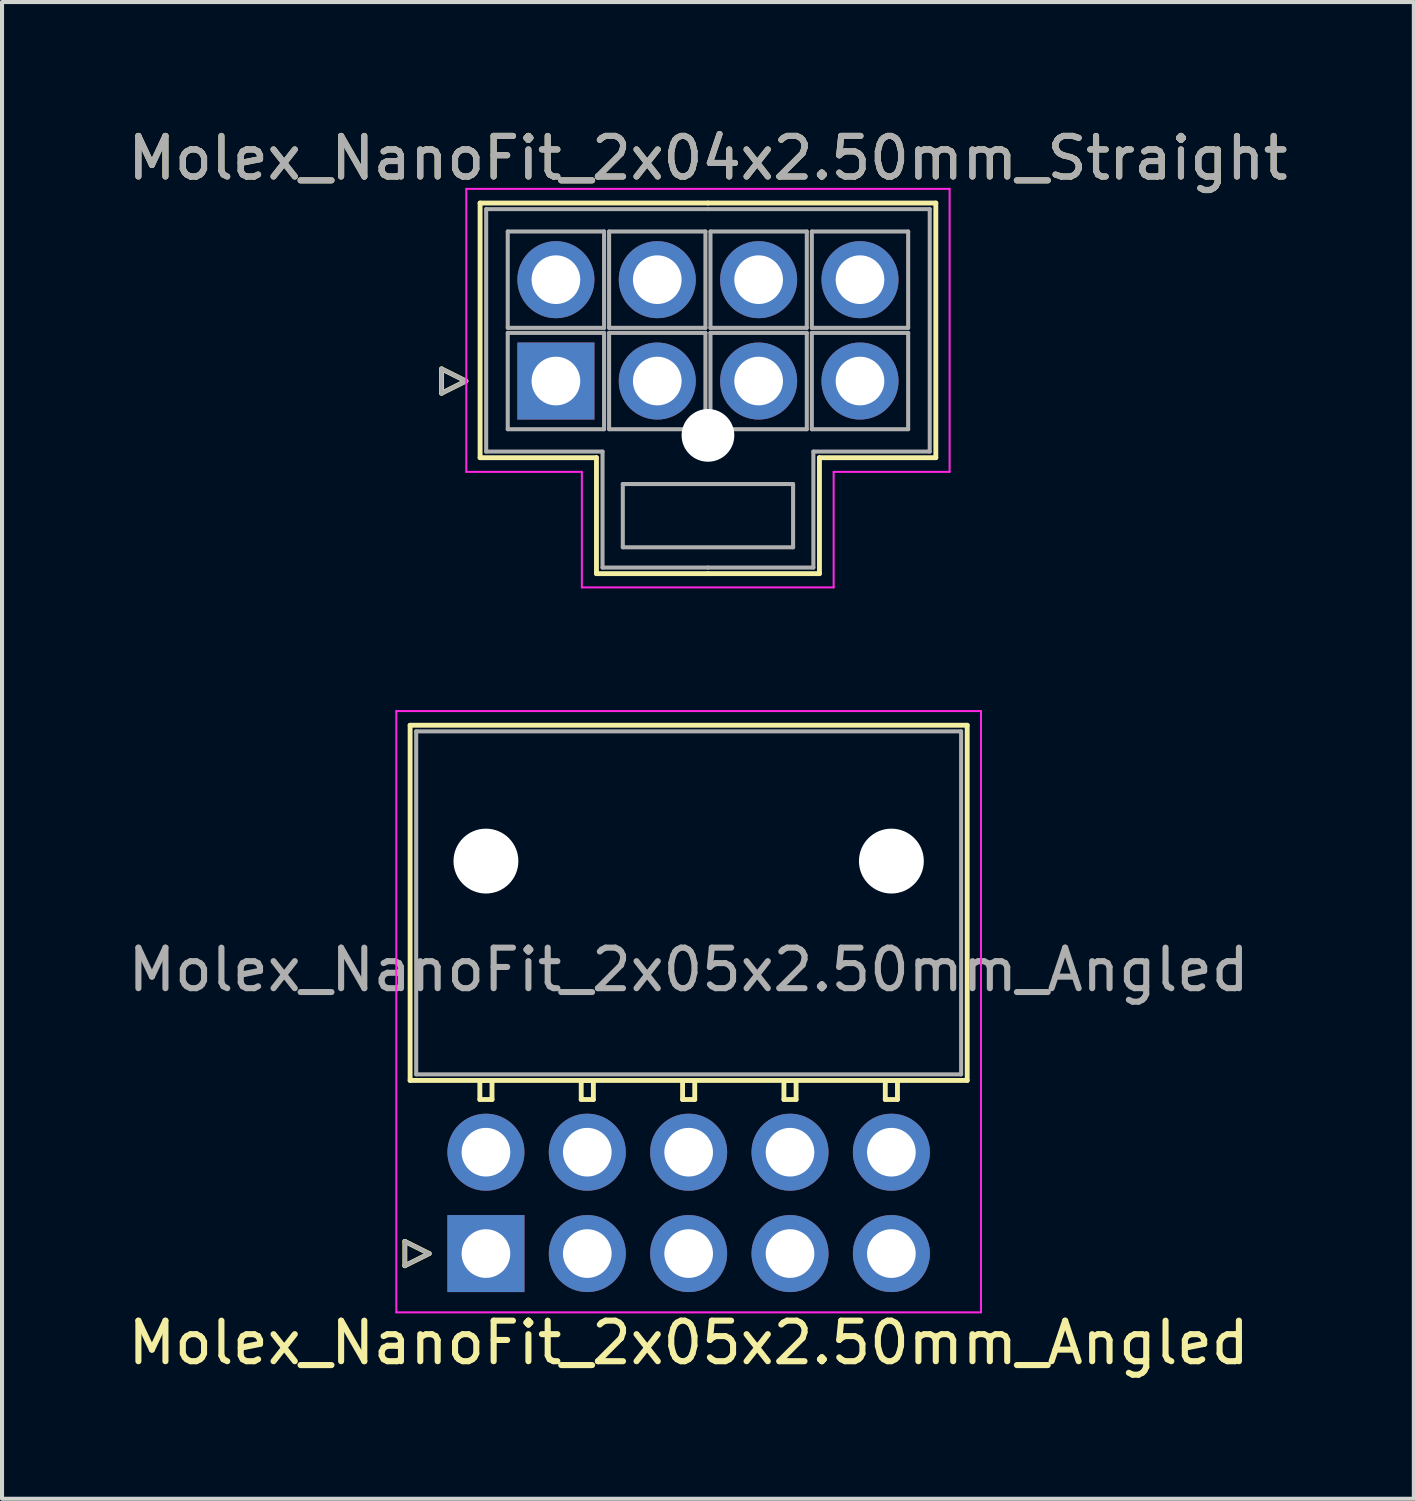
<source format=kicad_pcb>
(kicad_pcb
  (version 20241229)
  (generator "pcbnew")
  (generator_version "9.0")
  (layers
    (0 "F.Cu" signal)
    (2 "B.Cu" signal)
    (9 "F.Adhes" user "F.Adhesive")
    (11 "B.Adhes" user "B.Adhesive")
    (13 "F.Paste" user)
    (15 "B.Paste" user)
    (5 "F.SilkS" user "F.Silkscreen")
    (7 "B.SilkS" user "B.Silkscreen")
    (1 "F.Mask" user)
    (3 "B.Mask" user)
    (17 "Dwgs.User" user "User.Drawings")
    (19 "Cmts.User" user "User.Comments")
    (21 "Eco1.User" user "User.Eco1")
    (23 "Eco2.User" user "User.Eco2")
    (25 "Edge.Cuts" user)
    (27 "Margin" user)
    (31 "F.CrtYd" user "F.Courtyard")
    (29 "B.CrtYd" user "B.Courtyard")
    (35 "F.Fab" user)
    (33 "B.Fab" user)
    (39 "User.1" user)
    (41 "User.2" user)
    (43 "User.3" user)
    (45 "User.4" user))
  (footprint "Molex_NanoFit_2x05x2.50mm_Angled"
    (layer "F.Cu")
    (at 8.935 27.868)
    (property "Reference" "Molex_NanoFit_2x05x2.50mm_Angled" (at 5 2.2 0) (layer "F.SilkS") (effects (font (size 1 1) (thickness 0.15))))
    (attr through_hole)
    (fp_line (start -2 -0.3) (end -1.4 0) (stroke (width 0.12) (type solid)) (layer "F.SilkS"))
    (fp_line (start -2 0.3) (end -2 -0.3) (stroke (width 0.12) (type solid)) (layer "F.SilkS"))
    (fp_line (start -1.87 -13.03) (end -1.87 -4.27) (stroke (width 0.12) (type solid)) (layer "F.SilkS"))
    (fp_line (start -1.87 -4.27) (end 11.87 -4.27) (stroke (width 0.12) (type solid)) (layer "F.SilkS"))
    (fp_line (start -1.4 0) (end -2 0.3) (stroke (width 0.12) (type solid)) (layer "F.SilkS"))
    (fp_line (start -0.15 -4.27) (end -0.15 -3.8) (stroke (width 0.12) (type solid)) (layer "F.SilkS"))
    (fp_line (start -0.15 -3.8) (end 0.15 -3.8) (stroke (width 0.12) (type solid)) (layer "F.SilkS"))
    (fp_line (start 0.15 -4.27) (end -0.15 -4.27) (stroke (width 0.12) (type solid)) (layer "F.SilkS"))
    (fp_line (start 0.15 -3.8) (end 0.15 -4.27) (stroke (width 0.12) (type solid)) (layer "F.SilkS"))
    (fp_line (start 2.35 -4.27) (end 2.35 -3.8) (stroke (width 0.12) (type solid)) (layer "F.SilkS"))
    (fp_line (start 2.35 -3.8) (end 2.65 -3.8) (stroke (width 0.12) (type solid)) (layer "F.SilkS"))
    (fp_line (start 2.65 -4.27) (end 2.35 -4.27) (stroke (width 0.12) (type solid)) (layer "F.SilkS"))
    (fp_line (start 2.65 -3.8) (end 2.65 -4.27) (stroke (width 0.12) (type solid)) (layer "F.SilkS"))
    (fp_line (start 4.85 -4.27) (end 4.85 -3.8) (stroke (width 0.12) (type solid)) (layer "F.SilkS"))
    (fp_line (start 4.85 -3.8) (end 5.15 -3.8) (stroke (width 0.12) (type solid)) (layer "F.SilkS"))
    (fp_line (start 5.15 -4.27) (end 4.85 -4.27) (stroke (width 0.12) (type solid)) (layer "F.SilkS"))
    (fp_line (start 5.15 -3.8) (end 5.15 -4.27) (stroke (width 0.12) (type solid)) (layer "F.SilkS"))
    (fp_line (start 7.35 -4.27) (end 7.35 -3.8) (stroke (width 0.12) (type solid)) (layer "F.SilkS"))
    (fp_line (start 7.35 -3.8) (end 7.65 -3.8) (stroke (width 0.12) (type solid)) (layer "F.SilkS"))
    (fp_line (start 7.65 -4.27) (end 7.35 -4.27) (stroke (width 0.12) (type solid)) (layer "F.SilkS"))
    (fp_line (start 7.65 -3.8) (end 7.65 -4.27) (stroke (width 0.12) (type solid)) (layer "F.SilkS"))
    (fp_line (start 9.85 -4.27) (end 9.85 -3.8) (stroke (width 0.12) (type solid)) (layer "F.SilkS"))
    (fp_line (start 9.85 -3.8) (end 10.15 -3.8) (stroke (width 0.12) (type solid)) (layer "F.SilkS"))
    (fp_line (start 10.15 -4.27) (end 9.85 -4.27) (stroke (width 0.12) (type solid)) (layer "F.SilkS"))
    (fp_line (start 10.15 -3.8) (end 10.15 -4.27) (stroke (width 0.12) (type solid)) (layer "F.SilkS"))
    (fp_line (start 11.87 -13.03) (end -1.87 -13.03) (stroke (width 0.12) (type solid)) (layer "F.SilkS"))
    (fp_line (start 11.87 -4.27) (end 11.87 -13.03) (stroke (width 0.12) (type solid)) (layer "F.SilkS"))
    (fp_line (start -2.21 -13.38) (end -2.21 1.45) (stroke (width 0.05) (type solid)) (layer "F.CrtYd"))
    (fp_line (start -2.21 1.45) (end 12.21 1.45) (stroke (width 0.05) (type solid)) (layer "F.CrtYd"))
    (fp_line (start 12.21 -13.38) (end -2.21 -13.38) (stroke (width 0.05) (type solid)) (layer "F.CrtYd"))
    (fp_line (start 12.21 1.45) (end 12.21 -13.38) (stroke (width 0.05) (type solid)) (layer "F.CrtYd"))
    (fp_line (start -2 -0.3) (end -1.4 0) (stroke (width 0.1) (type solid)) (layer "F.Fab"))
    (fp_line (start -2 0.3) (end -2 -0.3) (stroke (width 0.1) (type solid)) (layer "F.Fab"))
    (fp_line (start -1.72 -12.88) (end -1.72 -4.42) (stroke (width 0.1) (type solid)) (layer "F.Fab"))
    (fp_line (start -1.72 -4.42) (end 11.72 -4.42) (stroke (width 0.1) (type solid)) (layer "F.Fab"))
    (fp_line (start -1.4 0) (end -2 0.3) (stroke (width 0.1) (type solid)) (layer "F.Fab"))
    (fp_line (start 11.72 -12.88) (end -1.72 -12.88) (stroke (width 0.1) (type solid)) (layer "F.Fab"))
    (fp_line (start 11.72 -4.42) (end 11.72 -12.88) (stroke (width 0.1) (type solid)) (layer "F.Fab"))
    (fp_text user "${REFERENCE}" (at 5 -7 0) (layer "F.Fab") (effects (font (size 1 1) (thickness 0.15))))
    (pad "" np_thru_hole circle (at 0 -9.68) (size 1.6 1.6) (drill 1.6) (layers "*.Cu" "*.Mask"))
    (pad "" np_thru_hole circle (at 10 -9.68) (size 1.6 1.6) (drill 1.6) (layers "*.Cu" "*.Mask"))
    (pad "1" thru_hole rect (at 0 0) (size 1.9 1.9) (drill 1.2) (layers "*.Cu" "*.Mask"))
    (pad "2" thru_hole circle (at 2.5 0) (size 1.9 1.9) (drill 1.2) (layers "*.Cu" "*.Mask"))
    (pad "3" thru_hole circle (at 5 0) (size 1.9 1.9) (drill 1.2) (layers "*.Cu" "*.Mask"))
    (pad "4" thru_hole circle (at 7.5 0) (size 1.9 1.9) (drill 1.2) (layers "*.Cu" "*.Mask"))
    (pad "5" thru_hole circle (at 10 0) (size 1.9 1.9) (drill 1.2) (layers "*.Cu" "*.Mask"))
    (pad "6" thru_hole circle (at 0 -2.5) (size 1.9 1.9) (drill 1.2) (layers "*.Cu" "*.Mask"))
    (pad "7" thru_hole circle (at 2.5 -2.5) (size 1.9 1.9) (drill 1.2) (layers "*.Cu" "*.Mask"))
    (pad "8" thru_hole circle (at 5 -2.5) (size 1.9 1.9) (drill 1.2) (layers "*.Cu" "*.Mask"))
    (pad "9" thru_hole circle (at 7.5 -2.5) (size 1.9 1.9) (drill 1.2) (layers "*.Cu" "*.Mask"))
    (pad "10" thru_hole circle (at 10 -2.5) (size 1.9 1.9) (drill 1.2) (layers "*.Cu" "*.Mask")))
  (footprint "Molex_NanoFit_2x04x2.50mm_Straight"
    (layer "F.Cu")
    (at 10.661 6.348)
    (property "Reference" "Molex_NanoFit_2x04x2.50mm_Straight" (at 3.75 -5.5 0) (layer "F.SilkS") (effects (font (size 1 1) (thickness 0.15))))
    (attr through_hole)
    (fp_line (start -2.82 -0.3) (end -2.22 0) (stroke (width 0.12) (type solid)) (layer "F.SilkS"))
    (fp_line (start -2.82 0.3) (end -2.82 -0.3) (stroke (width 0.12) (type solid)) (layer "F.SilkS"))
    (fp_line (start -2.22 0) (end -2.82 0.3) (stroke (width 0.12) (type solid)) (layer "F.SilkS"))
    (fp_line (start -1.87 -4.39) (end -1.87 1.89) (stroke (width 0.12) (type solid)) (layer "F.SilkS"))
    (fp_line (start -1.87 1.89) (end 1 1.89) (stroke (width 0.12) (type solid)) (layer "F.SilkS"))
    (fp_line (start 1 1.89) (end 1 4.75) (stroke (width 0.12) (type solid)) (layer "F.SilkS"))
    (fp_line (start 1 4.75) (end 3.75 4.75) (stroke (width 0.12) (type solid)) (layer "F.SilkS"))
    (fp_line (start 3.75 -4.39) (end -1.87 -4.39) (stroke (width 0.12) (type solid)) (layer "F.SilkS"))
    (fp_line (start 3.75 -4.39) (end 9.37 -4.39) (stroke (width 0.12) (type solid)) (layer "F.SilkS"))
    (fp_line (start 6.5 1.89) (end 6.5 4.75) (stroke (width 0.12) (type solid)) (layer "F.SilkS"))
    (fp_line (start 6.5 4.75) (end 3.75 4.75) (stroke (width 0.12) (type solid)) (layer "F.SilkS"))
    (fp_line (start 9.37 -4.39) (end 9.37 1.89) (stroke (width 0.12) (type solid)) (layer "F.SilkS"))
    (fp_line (start 9.37 1.89) (end 6.5 1.89) (stroke (width 0.12) (type solid)) (layer "F.SilkS"))
    (fp_line (start -2.21 -4.74) (end -2.21 2.24) (stroke (width 0.05) (type solid)) (layer "F.CrtYd"))
    (fp_line (start -2.21 2.24) (end 0.64 2.24) (stroke (width 0.05) (type solid)) (layer "F.CrtYd"))
    (fp_line (start 0.64 2.24) (end 0.64 5.09) (stroke (width 0.05) (type solid)) (layer "F.CrtYd"))
    (fp_line (start 0.64 5.09) (end 6.85 5.09) (stroke (width 0.05) (type solid)) (layer "F.CrtYd"))
    (fp_line (start 6.85 2.24) (end 9.71 2.24) (stroke (width 0.05) (type solid)) (layer "F.CrtYd"))
    (fp_line (start 6.85 5.09) (end 6.85 2.24) (stroke (width 0.05) (type solid)) (layer "F.CrtYd"))
    (fp_line (start 9.71 -4.74) (end -2.21 -4.74) (stroke (width 0.05) (type solid)) (layer "F.CrtYd"))
    (fp_line (start 9.71 2.24) (end 9.71 -4.74) (stroke (width 0.05) (type solid)) (layer "F.CrtYd"))
    (fp_line (start -2.82 -0.3) (end -2.22 0) (stroke (width 0.1) (type solid)) (layer "F.Fab"))
    (fp_line (start -2.82 0.3) (end -2.82 -0.3) (stroke (width 0.1) (type solid)) (layer "F.Fab"))
    (fp_line (start -2.22 0) (end -2.82 0.3) (stroke (width 0.1) (type solid)) (layer "F.Fab"))
    (fp_line (start -1.72 -4.24) (end -1.72 1.74) (stroke (width 0.1) (type solid)) (layer "F.Fab"))
    (fp_line (start -1.72 1.74) (end 1.15 1.74) (stroke (width 0.1) (type solid)) (layer "F.Fab"))
    (fp_line (start -1.188 -3.688) (end -1.188 -1.312) (stroke (width 0.1) (type solid)) (layer "F.Fab"))
    (fp_line (start -1.188 -1.312) (end 1.188 -1.312) (stroke (width 0.1) (type solid)) (layer "F.Fab"))
    (fp_line (start -1.188 -1.188) (end -1.188 1.188) (stroke (width 0.1) (type solid)) (layer "F.Fab"))
    (fp_line (start -1.188 1.188) (end 1.188 1.188) (stroke (width 0.1) (type solid)) (layer "F.Fab"))
    (fp_line (start 1.15 1.74) (end 1.15 4.6) (stroke (width 0.1) (type solid)) (layer "F.Fab"))
    (fp_line (start 1.15 4.6) (end 3.75 4.6) (stroke (width 0.1) (type solid)) (layer "F.Fab"))
    (fp_line (start 1.188 -3.688) (end -1.188 -3.688) (stroke (width 0.1) (type solid)) (layer "F.Fab"))
    (fp_line (start 1.188 -1.312) (end 1.188 -3.688) (stroke (width 0.1) (type solid)) (layer "F.Fab"))
    (fp_line (start 1.188 -1.188) (end -1.188 -1.188) (stroke (width 0.1) (type solid)) (layer "F.Fab"))
    (fp_line (start 1.188 1.188) (end 1.188 -1.188) (stroke (width 0.1) (type solid)) (layer "F.Fab"))
    (fp_line (start 1.312 -3.688) (end 1.312 -1.312) (stroke (width 0.1) (type solid)) (layer "F.Fab"))
    (fp_line (start 1.312 -1.312) (end 3.688 -1.312) (stroke (width 0.1) (type solid)) (layer "F.Fab"))
    (fp_line (start 1.312 -1.188) (end 1.312 1.188) (stroke (width 0.1) (type solid)) (layer "F.Fab"))
    (fp_line (start 1.312 1.188) (end 3.688 1.188) (stroke (width 0.1) (type solid)) (layer "F.Fab"))
    (fp_line (start 1.65 2.54) (end 1.65 4.1) (stroke (width 0.1) (type solid)) (layer "F.Fab"))
    (fp_line (start 1.65 4.1) (end 5.85 4.1) (stroke (width 0.1) (type solid)) (layer "F.Fab"))
    (fp_line (start 3.688 -3.688) (end 1.312 -3.688) (stroke (width 0.1) (type solid)) (layer "F.Fab"))
    (fp_line (start 3.688 -1.312) (end 3.688 -3.688) (stroke (width 0.1) (type solid)) (layer "F.Fab"))
    (fp_line (start 3.688 -1.188) (end 1.312 -1.188) (stroke (width 0.1) (type solid)) (layer "F.Fab"))
    (fp_line (start 3.688 1.188) (end 3.688 -1.188) (stroke (width 0.1) (type solid)) (layer "F.Fab"))
    (fp_line (start 3.75 -4.24) (end -1.72 -4.24) (stroke (width 0.1) (type solid)) (layer "F.Fab"))
    (fp_line (start 3.75 -4.24) (end 9.22 -4.24) (stroke (width 0.1) (type solid)) (layer "F.Fab"))
    (fp_line (start 3.812 -3.688) (end 3.812 -1.312) (stroke (width 0.1) (type solid)) (layer "F.Fab"))
    (fp_line (start 3.812 -1.312) (end 6.188 -1.312) (stroke (width 0.1) (type solid)) (layer "F.Fab"))
    (fp_line (start 3.812 -1.188) (end 3.812 1.188) (stroke (width 0.1) (type solid)) (layer "F.Fab"))
    (fp_line (start 3.812 1.188) (end 6.188 1.188) (stroke (width 0.1) (type solid)) (layer "F.Fab"))
    (fp_line (start 5.85 2.54) (end 1.65 2.54) (stroke (width 0.1) (type solid)) (layer "F.Fab"))
    (fp_line (start 5.85 4.1) (end 5.85 2.54) (stroke (width 0.1) (type solid)) (layer "F.Fab"))
    (fp_line (start 6.188 -3.688) (end 3.812 -3.688) (stroke (width 0.1) (type solid)) (layer "F.Fab"))
    (fp_line (start 6.188 -1.312) (end 6.188 -3.688) (stroke (width 0.1) (type solid)) (layer "F.Fab"))
    (fp_line (start 6.188 -1.188) (end 3.812 -1.188) (stroke (width 0.1) (type solid)) (layer "F.Fab"))
    (fp_line (start 6.188 1.188) (end 6.188 -1.188) (stroke (width 0.1) (type solid)) (layer "F.Fab"))
    (fp_line (start 6.312 -3.688) (end 6.312 -1.312) (stroke (width 0.1) (type solid)) (layer "F.Fab"))
    (fp_line (start 6.312 -1.312) (end 8.688 -1.312) (stroke (width 0.1) (type solid)) (layer "F.Fab"))
    (fp_line (start 6.312 -1.188) (end 6.312 1.188) (stroke (width 0.1) (type solid)) (layer "F.Fab"))
    (fp_line (start 6.312 1.188) (end 8.688 1.188) (stroke (width 0.1) (type solid)) (layer "F.Fab"))
    (fp_line (start 6.35 1.74) (end 6.35 4.6) (stroke (width 0.1) (type solid)) (layer "F.Fab"))
    (fp_line (start 6.35 4.6) (end 3.75 4.6) (stroke (width 0.1) (type solid)) (layer "F.Fab"))
    (fp_line (start 8.688 -3.688) (end 6.312 -3.688) (stroke (width 0.1) (type solid)) (layer "F.Fab"))
    (fp_line (start 8.688 -1.312) (end 8.688 -3.688) (stroke (width 0.1) (type solid)) (layer "F.Fab"))
    (fp_line (start 8.688 -1.188) (end 6.312 -1.188) (stroke (width 0.1) (type solid)) (layer "F.Fab"))
    (fp_line (start 8.688 1.188) (end 8.688 -1.188) (stroke (width 0.1) (type solid)) (layer "F.Fab"))
    (fp_line (start 9.22 -4.24) (end 9.22 1.74) (stroke (width 0.1) (type solid)) (layer "F.Fab"))
    (fp_line (start 9.22 1.74) (end 6.35 1.74) (stroke (width 0.1) (type solid)) (layer "F.Fab"))
    (fp_text user "${REFERENCE}" (at 3.75 -5.5 0) (layer "F.Fab") (effects (font (size 1 1) (thickness 0.15))))
    (pad "" np_thru_hole circle (at 3.75 1.34) (size 1.3 1.3) (drill 1.3) (layers "*.Cu" "*.Mask"))
    (pad "1" thru_hole rect (at 0 0) (size 1.9 1.9) (drill 1.2) (layers "*.Cu" "*.Mask"))
    (pad "2" thru_hole circle (at 2.5 0) (size 1.9 1.9) (drill 1.2) (layers "*.Cu" "*.Mask"))
    (pad "3" thru_hole circle (at 5 0) (size 1.9 1.9) (drill 1.2) (layers "*.Cu" "*.Mask"))
    (pad "4" thru_hole circle (at 7.5 0) (size 1.9 1.9) (drill 1.2) (layers "*.Cu" "*.Mask"))
    (pad "5" thru_hole circle (at 0 -2.5) (size 1.9 1.9) (drill 1.2) (layers "*.Cu" "*.Mask"))
    (pad "6" thru_hole circle (at 2.5 -2.5) (size 1.9 1.9) (drill 1.2) (layers "*.Cu" "*.Mask"))
    (pad "7" thru_hole circle (at 5 -2.5) (size 1.9 1.9) (drill 1.2) (layers "*.Cu" "*.Mask"))
    (pad "8" thru_hole circle (at 7.5 -2.5) (size 1.9 1.9) (drill 1.2) (layers "*.Cu" "*.Mask")))
  (gr_rect
    (start -3 -3)
    (end 31.821 33.916)
    (stroke (width 0.1) (type default))
    (fill no)
    (layer "Edge.Cuts")))
</source>
